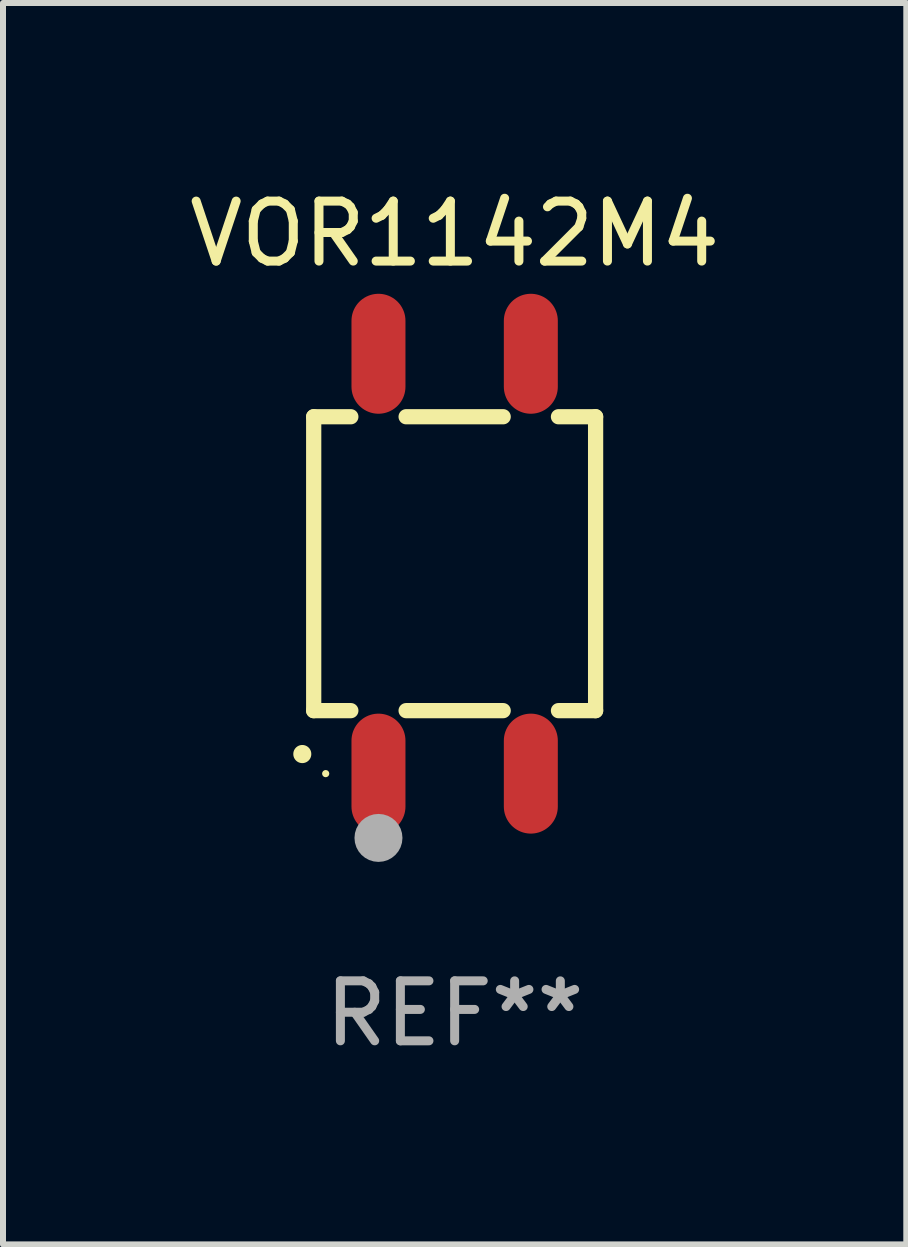
<source format=kicad_pcb>
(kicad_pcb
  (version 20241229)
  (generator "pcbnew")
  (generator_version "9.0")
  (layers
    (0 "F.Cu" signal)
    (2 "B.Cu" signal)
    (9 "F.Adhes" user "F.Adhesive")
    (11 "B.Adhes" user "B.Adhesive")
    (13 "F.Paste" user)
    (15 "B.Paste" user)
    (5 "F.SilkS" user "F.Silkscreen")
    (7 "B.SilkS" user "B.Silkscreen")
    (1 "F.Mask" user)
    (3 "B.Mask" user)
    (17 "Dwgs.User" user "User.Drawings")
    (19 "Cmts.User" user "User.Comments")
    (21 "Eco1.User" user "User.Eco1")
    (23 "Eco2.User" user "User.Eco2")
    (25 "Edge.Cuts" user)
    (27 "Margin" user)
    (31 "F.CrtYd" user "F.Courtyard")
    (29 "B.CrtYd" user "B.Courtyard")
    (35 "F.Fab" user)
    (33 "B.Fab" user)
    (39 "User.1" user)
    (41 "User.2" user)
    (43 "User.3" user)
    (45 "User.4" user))
  (footprint "VOR1142M4"
    (layer "F.Cu")
    (at 4.53 6.348)
    (property "Reference" "VOR1142M4" (at 0 -5.5 0) (layer "F.SilkS") (effects (font (size 1 1) (thickness 0.15))))
    (attr through_hole)
    (fp_line (start -2.35 -2.45) (end -2.35 2.45) (stroke (width 0.254) (type solid)) (layer "F.SilkS"))
    (fp_line (start -2.35 -2.45) (end -1.731 -2.45) (stroke (width 0.254) (type solid)) (layer "F.SilkS"))
    (fp_line (start -2.35 2.45) (end -1.731 2.45) (stroke (width 0.254) (type solid)) (layer "F.SilkS"))
    (fp_line (start -0.809 -2.45) (end 0.809 -2.45) (stroke (width 0.254) (type solid)) (layer "F.SilkS"))
    (fp_line (start -0.809 2.45) (end 0.809 2.45) (stroke (width 0.254) (type solid)) (layer "F.SilkS"))
    (fp_line (start 1.731 -2.45) (end 2.35 -2.45) (stroke (width 0.254) (type solid)) (layer "F.SilkS"))
    (fp_line (start 1.731 2.45) (end 2.35 2.45) (stroke (width 0.254) (type solid)) (layer "F.SilkS"))
    (fp_line (start 2.35 -2.45) (end 2.35 2.45) (stroke (width 0.254) (type solid)) (layer "F.SilkS"))
    (fp_arc (start -2.540005 3.174879) (mid -2.54001 3.173609) (end -2.540005 3.172339) (stroke (width 0.3) (type solid)) (layer "F.SilkS"))
    (fp_circle (center -2.15 3.5) (end -2.12 3.5) (stroke (width 0.06) (type solid)) (fill no) (layer "F.SilkS"))
    (fp_circle (center -1.27 4.572) (end -1.07 4.572) (stroke (width 0.4) (type solid)) (fill no) (layer "F.Fab"))
    (fp_text user "REF**" (at 0 7.5 0) (layer "F.Fab") (effects (font (size 1 1) (thickness 0.15))))
    (pad "1" smd oval (at -1.27 3.5 180) (size 0.9 2) (layers "F.Cu" "F.Mask" "F.Paste"))
    (pad "2" smd oval (at 1.27 3.5 180) (size 0.9 2) (layers "F.Cu" "F.Mask" "F.Paste"))
    (pad "3" smd oval (at 1.27 -3.5 180) (size 0.9 2) (layers "F.Cu" "F.Mask" "F.Paste"))
    (pad "4" smd oval (at -1.27 -3.5 180) (size 0.9 2) (layers "F.Cu" "F.Mask" "F.Paste")))
  (gr_rect
    (start -3 -3)
    (end 12.06 17.697)
    (stroke (width 0.1) (type default))
    (fill no)
    (layer "Edge.Cuts")))
</source>
